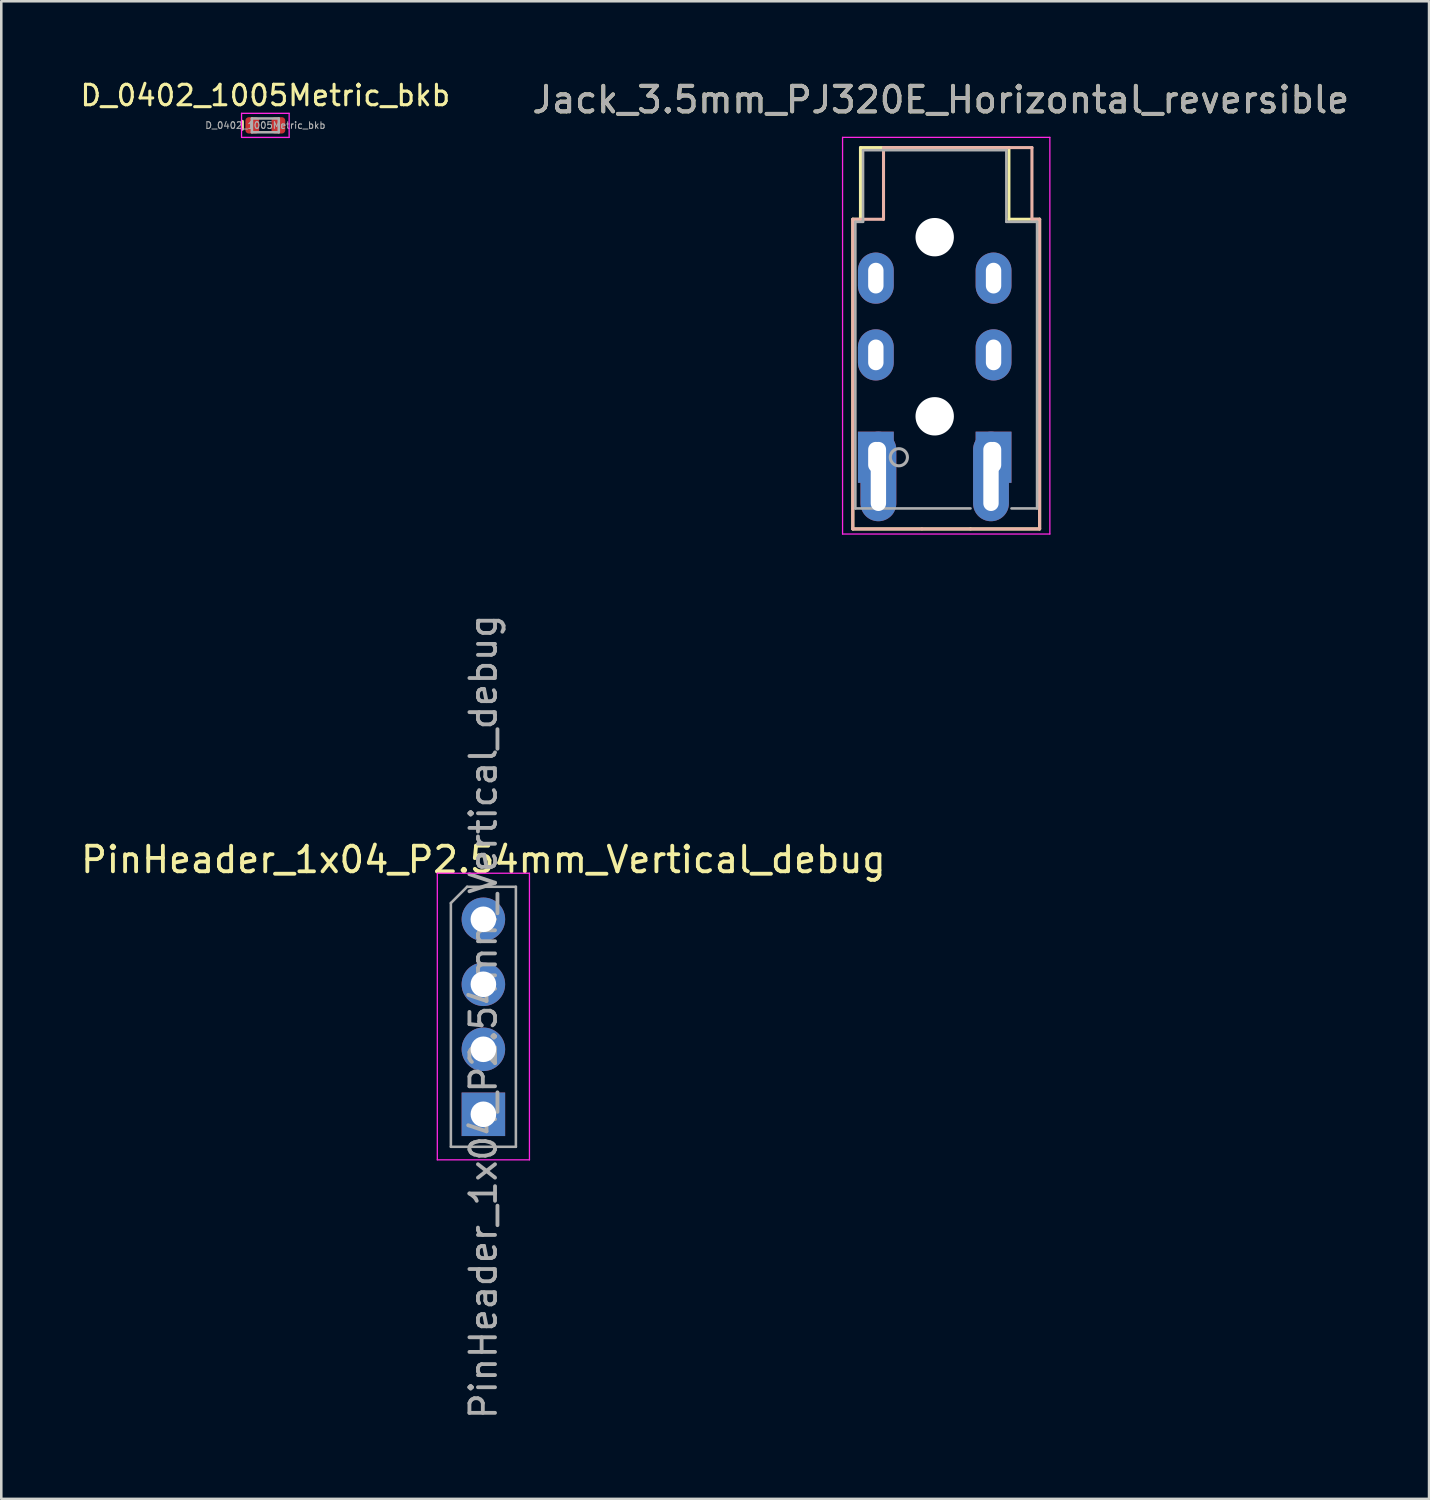
<source format=kicad_pcb>
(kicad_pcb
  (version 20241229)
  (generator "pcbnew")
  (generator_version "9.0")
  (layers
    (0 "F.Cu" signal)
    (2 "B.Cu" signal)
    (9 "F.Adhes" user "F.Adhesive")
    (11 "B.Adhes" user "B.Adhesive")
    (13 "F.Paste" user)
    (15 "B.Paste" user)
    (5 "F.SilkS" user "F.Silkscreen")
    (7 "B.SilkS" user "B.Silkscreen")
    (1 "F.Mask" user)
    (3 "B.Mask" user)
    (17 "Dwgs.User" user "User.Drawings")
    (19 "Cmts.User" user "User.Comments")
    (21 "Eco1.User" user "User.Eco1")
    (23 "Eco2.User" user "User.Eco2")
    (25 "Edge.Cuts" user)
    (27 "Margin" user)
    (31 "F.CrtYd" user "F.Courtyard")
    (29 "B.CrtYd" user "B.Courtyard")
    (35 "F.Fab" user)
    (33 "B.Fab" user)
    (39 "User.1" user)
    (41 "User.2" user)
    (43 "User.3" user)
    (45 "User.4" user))
  (footprint "Jack_3.5mm_PJ320E_Horizontal_reversible"
    (layer "F.Cu")
    (at 31.175 14.818)
    (property "Reference" "Jack_3.5mm_PJ320E_Horizontal_reversible" (at 2.54 -13.97 180) (layer "F.SilkS") (effects (font (size 1 1) (thickness 0.15))))
    (attr through_hole)
    (fp_line (start -0.9 -9.3) (end -0.9 2.8) (stroke (width 0.12) (type solid)) (layer "F.SilkS"))
    (fp_line (start -0.9 -9.3) (end -0.6 -9.3) (stroke (width 0.12) (type solid)) (layer "F.SilkS"))
    (fp_line (start -0.9 2.8) (end 3.7 2.8) (stroke (width 0.12) (type solid)) (layer "F.SilkS"))
    (fp_line (start -0.6 -9.3) (end -0.6 -12.1) (stroke (width 0.12) (type solid)) (layer "F.SilkS"))
    (fp_line (start 5.2 -12.1) (end -0.6 -12.1) (stroke (width 0.12) (type solid)) (layer "F.SilkS"))
    (fp_line (start 5.2 -9.3) (end 5.2 -12.1) (stroke (width 0.12) (type solid)) (layer "F.SilkS"))
    (fp_line (start 5.2 -9.3) (end 6.4 -9.3) (stroke (width 0.12) (type solid)) (layer "F.SilkS"))
    (fp_line (start 6.4 -9.3) (end 6.4 2.8) (stroke (width 0.12) (type solid)) (layer "F.SilkS"))
    (fp_line (start 6.4 2.8) (end 3.7 2.8) (stroke (width 0.12) (type solid)) (layer "F.SilkS"))
    (fp_line (start -0.9 -9.3) (end -0.9 2.8) (stroke (width 0.12) (type solid)) (layer "B.SilkS"))
    (fp_line (start -0.9 2.8) (end 1.8 2.8) (stroke (width 0.12) (type solid)) (layer "B.SilkS"))
    (fp_line (start 0.3 -12.1) (end 6.1 -12.1) (stroke (width 0.12) (type solid)) (layer "B.SilkS"))
    (fp_line (start 0.3 -9.3) (end -0.9 -9.3) (stroke (width 0.12) (type solid)) (layer "B.SilkS"))
    (fp_line (start 0.3 -9.3) (end 0.3 -12.1) (stroke (width 0.12) (type solid)) (layer "B.SilkS"))
    (fp_line (start 6.1 -9.3) (end 6.1 -12.1) (stroke (width 0.12) (type solid)) (layer "B.SilkS"))
    (fp_line (start 6.4 -9.3) (end 6.1 -9.3) (stroke (width 0.12) (type solid)) (layer "B.SilkS"))
    (fp_line (start 6.4 -9.3) (end 6.4 2.8) (stroke (width 0.12) (type solid)) (layer "B.SilkS"))
    (fp_line (start 6.4 2.8) (end 1.8 2.8) (stroke (width 0.12) (type solid)) (layer "B.SilkS"))
    (fp_line (start -1.3 -12.5) (end -1.3 3) (stroke (width 0.05) (type solid)) (layer "F.CrtYd"))
    (fp_line (start -1.3 -12.5) (end 6.8 -12.5) (stroke (width 0.05) (type solid)) (layer "F.CrtYd"))
    (fp_line (start -1.3 3) (end 6.8 3) (stroke (width 0.05) (type solid)) (layer "F.CrtYd"))
    (fp_line (start 6.8 -12.5) (end 6.8 3) (stroke (width 0.05) (type solid)) (layer "F.CrtYd"))
    (fp_line (start -0.8 -9.2) (end -0.5 -9.2) (stroke (width 0.1) (type solid)) (layer "F.Fab"))
    (fp_line (start -0.8 2) (end -0.8 -9.2) (stroke (width 0.1) (type solid)) (layer "F.Fab"))
    (fp_line (start -0.5 -12) (end 5.1 -12) (stroke (width 0.1) (type solid)) (layer "F.Fab"))
    (fp_line (start -0.5 -9.2) (end -0.5 -12) (stroke (width 0.1) (type solid)) (layer "F.Fab"))
    (fp_line (start 3.7 2) (end -0.8 2) (stroke (width 0.1) (type solid)) (layer "F.Fab"))
    (fp_line (start 5.1 -12) (end 5.1 -9.2) (stroke (width 0.1) (type solid)) (layer "F.Fab"))
    (fp_line (start 5.1 -9.2) (end 6.3 -9.2) (stroke (width 0.1) (type solid)) (layer "F.Fab"))
    (fp_line (start 6.3 -9.2) (end 6.3 2) (stroke (width 0.1) (type solid)) (layer "F.Fab"))
    (fp_line (start 6.3 2) (end 5.3 2) (stroke (width 0.1) (type solid)) (layer "F.Fab"))
    (fp_circle (center 0.9 0) (end 1.2 0.15) (stroke (width 0.12) (type solid)) (fill no) (layer "F.Fab"))
    (fp_text user "${REFERENCE}" (at 2.54 -13.97 180) (layer "F.Fab") (effects (font (size 1 1) (thickness 0.15))))
    (pad "" np_thru_hole oval (at 2.3 -8.6 270) (size 1.5 1.5) (drill oval 1.5) (layers "*.Cu" "*.Mask"))
    (pad "" np_thru_hole oval (at 2.3 -1.6 270) (size 1.5 1.5) (drill oval 1.5) (layers "*.Cu" "*.Mask"))
    (pad "R1" thru_hole oval (at 0 -4 270) (size 2 1.4) (drill oval 1.2 0.6) (layers "*.Cu" "*.Mask"))
    (pad "R1" thru_hole oval (at 4.6 -4 270) (size 2 1.4) (drill oval 1.2 0.6) (layers "*.Cu" "*.Mask"))
    (pad "R2" thru_hole oval (at 0 -7 270) (size 2 1.4) (drill oval 1.2 0.6) (layers "*.Cu" "*.Mask"))
    (pad "R2" thru_hole oval (at 4.6 -7 270) (size 2 1.4) (drill oval 1.2 0.6) (layers "*.Cu" "*.Mask"))
    (pad "T" thru_hole rect (at 0 0 270) (size 2 1.4) (drill oval 1.2 0.6) (layers "*.Cu" "*.Mask"))
    (pad "T" thru_hole oval (at 0.1 0.75 270) (size 3.5 1.4) (drill oval 2.7 0.6) (layers "*.Cu" "*.Mask"))
    (pad "T" thru_hole oval (at 4.5 0.75 270) (size 3.5 1.4) (drill oval 2.7 0.6) (layers "*.Cu" "*.Mask"))
    (pad "T" thru_hole rect (at 4.6 0 270) (size 2 1.4) (drill oval 1.2 0.6) (layers "*.Cu" "*.Mask")))
  (footprint "D_0402_1005Metric_bkb"
    (layer "F.Cu")
    (at 7.319 1.849)
    (property "Reference" "D_0402_1005Metric_bkb" (at 0 -1.17 0) (layer "F.SilkS") (effects (font (size 0.8 0.8) (thickness 0.12))))
    (attr smd)
    (fp_line (start -0.9 0.15) (end -0.9 -0.157) (stroke (width 0.12) (type solid)) (layer "F.SilkS"))
    (fp_line (start -0.93 -0.47) (end 0.93 -0.47) (stroke (width 0.05) (type solid)) (layer "F.CrtYd"))
    (fp_line (start -0.93 0.47) (end -0.93 -0.47) (stroke (width 0.05) (type solid)) (layer "F.CrtYd"))
    (fp_line (start 0.93 -0.47) (end 0.93 0.47) (stroke (width 0.05) (type solid)) (layer "F.CrtYd"))
    (fp_line (start 0.93 0.47) (end -0.93 0.47) (stroke (width 0.05) (type solid)) (layer "F.CrtYd"))
    (fp_line (start -0.525 -0.27) (end 0.525 -0.27) (stroke (width 0.1) (type solid)) (layer "F.Fab"))
    (fp_line (start -0.525 0.27) (end -0.525 -0.27) (stroke (width 0.1) (type solid)) (layer "F.Fab"))
    (fp_line (start 0.525 -0.27) (end 0.525 0.27) (stroke (width 0.1) (type solid)) (layer "F.Fab"))
    (fp_line (start 0.525 0.27) (end -0.525 0.27) (stroke (width 0.1) (type solid)) (layer "F.Fab"))
    (fp_text user "${REFERENCE}" (at 0 0 0) (layer "F.Fab") (effects (font (size 0.26 0.26) (thickness 0.04))))
    (pad "1" smd roundrect (at -0.51 0) (size 0.54 0.64) (layers "F.Cu" "F.Mask" "F.Paste") (roundrect_rratio 0.25))
    (pad "2" smd roundrect (at 0.51 0) (size 0.54 0.64) (layers "F.Cu" "F.Mask" "F.Paste") (roundrect_rratio 0.25)))
  (footprint "PinHeader_1x04_P2.54mm_Vertical_debug"
    (layer "F.Cu")
    (at 15.839 32.873)
    (property "Reference" "PinHeader_1x04_P2.54mm_Vertical_debug" (at 0 -2.33 0) (layer "F.SilkS") (effects (font (size 1 1) (thickness 0.15))))
    (attr through_hole)
    (fp_line (start -1.8 -1.8) (end -1.8 9.4) (stroke (width 0.05) (type solid)) (layer "F.CrtYd"))
    (fp_line (start -1.8 9.4) (end 1.8 9.4) (stroke (width 0.05) (type solid)) (layer "F.CrtYd"))
    (fp_line (start 1.8 -1.8) (end -1.8 -1.8) (stroke (width 0.05) (type solid)) (layer "F.CrtYd"))
    (fp_line (start 1.8 9.4) (end 1.8 -1.8) (stroke (width 0.05) (type solid)) (layer "F.CrtYd"))
    (fp_line (start -1.27 -0.635) (end -0.635 -1.27) (stroke (width 0.1) (type solid)) (layer "F.Fab"))
    (fp_line (start -1.27 8.89) (end -1.27 -0.635) (stroke (width 0.1) (type solid)) (layer "F.Fab"))
    (fp_line (start -0.635 -1.27) (end 1.27 -1.27) (stroke (width 0.1) (type solid)) (layer "F.Fab"))
    (fp_line (start 1.27 -1.27) (end 1.27 8.89) (stroke (width 0.1) (type solid)) (layer "F.Fab"))
    (fp_line (start 1.27 8.89) (end -1.27 8.89) (stroke (width 0.1) (type solid)) (layer "F.Fab"))
    (fp_text user "${REFERENCE}" (at 0 3.81 270) (layer "F.Fab") (effects (font (size 1 1) (thickness 0.15))))
    (pad "1" thru_hole circle (at 0 0) (size 1.7 1.7) (drill 1) (layers "*.Cu" "*.Mask"))
    (pad "2" thru_hole oval (at 0 2.54) (size 1.7 1.7) (drill 1) (layers "*.Cu" "*.Mask"))
    (pad "3" thru_hole oval (at 0 5.08) (size 1.7 1.7) (drill 1) (layers "*.Cu" "*.Mask"))
    (pad "4" thru_hole rect (at 0 7.62) (size 1.7 1.7) (drill 1) (layers "*.Cu" "*.Mask")))
  (gr_rect
    (start -3 -3)
    (end 52.793 55.522)
    (stroke (width 0.1) (type default))
    (fill no)
    (layer "Edge.Cuts")))
</source>
